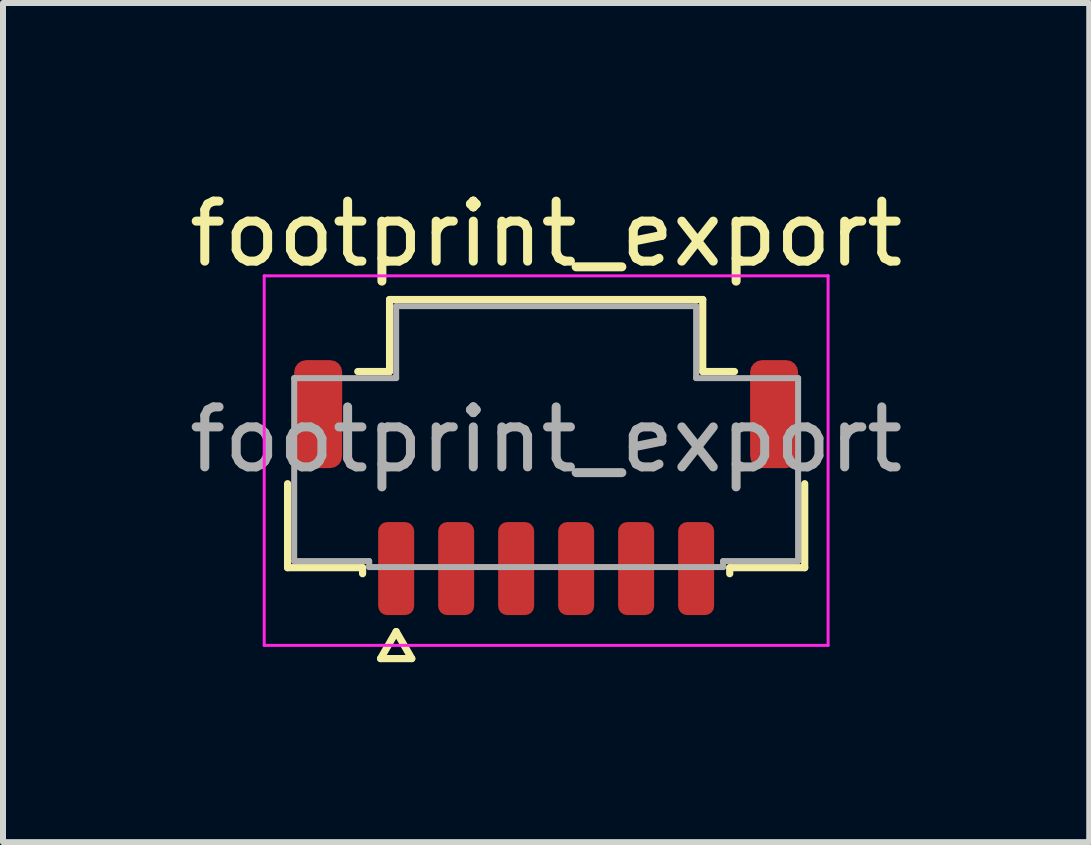
<source format=kicad_pcb>
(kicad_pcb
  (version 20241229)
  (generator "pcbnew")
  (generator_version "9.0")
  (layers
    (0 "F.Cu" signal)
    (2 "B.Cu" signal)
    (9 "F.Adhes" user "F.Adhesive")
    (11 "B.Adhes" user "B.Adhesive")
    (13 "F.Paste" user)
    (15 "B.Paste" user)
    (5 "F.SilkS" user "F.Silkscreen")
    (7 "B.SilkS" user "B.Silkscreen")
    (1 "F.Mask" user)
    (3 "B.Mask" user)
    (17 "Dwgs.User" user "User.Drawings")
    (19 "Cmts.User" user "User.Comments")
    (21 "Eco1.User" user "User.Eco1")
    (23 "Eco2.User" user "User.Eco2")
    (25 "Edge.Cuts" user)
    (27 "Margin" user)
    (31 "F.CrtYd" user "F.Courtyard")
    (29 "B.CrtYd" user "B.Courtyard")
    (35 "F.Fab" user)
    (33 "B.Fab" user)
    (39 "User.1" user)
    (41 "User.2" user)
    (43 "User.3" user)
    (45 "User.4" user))
  (footprint "footprint_export"
    (layer "F.Cu")
    (at 6.054 4.278)
    (property "Reference" "footprint_export" (at 0 -3.43 0) (layer "F.SilkS") (effects (font (size 1 1) (thickness 0.15))))
    (attr smd)
    (fp_line (start -4.31 2.135) (end -4.31 0.735) (stroke (width 0.12) (type solid)) (layer "F.SilkS"))
    (fp_line (start -3.14 -1.135) (end -2.61 -1.135) (stroke (width 0.12) (type solid)) (layer "F.SilkS"))
    (fp_line (start -3.06 2.135) (end -4.31 2.135) (stroke (width 0.12) (type solid)) (layer "F.SilkS"))
    (fp_line (start -3.06 2.235) (end -3.06 2.135) (stroke (width 0.12) (type solid)) (layer "F.SilkS"))
    (fp_line (start -2.76 3.65) (end -2.5 3.2) (stroke (width 0.12) (type solid)) (layer "F.SilkS"))
    (fp_line (start -2.61 -2.335) (end 2.61 -2.335) (stroke (width 0.12) (type solid)) (layer "F.SilkS"))
    (fp_line (start -2.61 -1.135) (end -2.61 -2.335) (stroke (width 0.12) (type solid)) (layer "F.SilkS"))
    (fp_line (start -2.5 3.2) (end -2.24 3.65) (stroke (width 0.12) (type solid)) (layer "F.SilkS"))
    (fp_line (start -2.24 3.65) (end -2.76 3.65) (stroke (width 0.12) (type solid)) (layer "F.SilkS"))
    (fp_line (start 2.61 -2.335) (end 2.61 -1.135) (stroke (width 0.12) (type solid)) (layer "F.SilkS"))
    (fp_line (start 2.61 -1.135) (end 3.14 -1.135) (stroke (width 0.12) (type solid)) (layer "F.SilkS"))
    (fp_line (start 3.06 2.135) (end 3.06 2.235) (stroke (width 0.12) (type solid)) (layer "F.SilkS"))
    (fp_line (start 4.31 0.735) (end 4.31 2.135) (stroke (width 0.12) (type solid)) (layer "F.SilkS"))
    (fp_line (start 4.31 2.135) (end 3.06 2.135) (stroke (width 0.12) (type solid)) (layer "F.SilkS"))
    (fp_line (start -4.7 -2.73) (end -4.7 3.43) (stroke (width 0.05) (type solid)) (layer "F.CrtYd"))
    (fp_line (start -4.7 3.43) (end 4.7 3.43) (stroke (width 0.05) (type solid)) (layer "F.CrtYd"))
    (fp_line (start 4.7 -2.73) (end -4.7 -2.73) (stroke (width 0.05) (type solid)) (layer "F.CrtYd"))
    (fp_line (start 4.7 3.43) (end 4.7 -2.73) (stroke (width 0.05) (type solid)) (layer "F.CrtYd"))
    (fp_line (start -4.2 -1.025) (end -2.5 -1.025) (stroke (width 0.1) (type solid)) (layer "F.Fab"))
    (fp_line (start -4.2 2.025) (end -4.2 -1.025) (stroke (width 0.1) (type solid)) (layer "F.Fab"))
    (fp_line (start -2.95 2.025) (end -4.2 2.025) (stroke (width 0.1) (type solid)) (layer "F.Fab"))
    (fp_line (start -2.95 2.125) (end -2.95 2.025) (stroke (width 0.1) (type solid)) (layer "F.Fab"))
    (fp_line (start -2.5 -2.225) (end 2.5 -2.225) (stroke (width 0.1) (type solid)) (layer "F.Fab"))
    (fp_line (start -2.5 -1.025) (end -2.5 -2.225) (stroke (width 0.1) (type solid)) (layer "F.Fab"))
    (fp_line (start 2.5 -2.225) (end 2.5 -1.025) (stroke (width 0.1) (type solid)) (layer "F.Fab"))
    (fp_line (start 2.5 -1.025) (end 4.2 -1.025) (stroke (width 0.1) (type solid)) (layer "F.Fab"))
    (fp_line (start 2.95 2.025) (end 2.95 2.125) (stroke (width 0.1) (type solid)) (layer "F.Fab"))
    (fp_line (start 2.95 2.125) (end -2.95 2.125) (stroke (width 0.1) (type solid)) (layer "F.Fab"))
    (fp_line (start 4.2 -1.025) (end 4.2 2.025) (stroke (width 0.1) (type solid)) (layer "F.Fab"))
    (fp_line (start 4.2 2.025) (end 2.95 2.025) (stroke (width 0.1) (type solid)) (layer "F.Fab"))
    (fp_text user "${REFERENCE}" (at 0 0 0) (layer "F.Fab") (effects (font (size 1 1) (thickness 0.15))))
    (pad "1" smd roundrect (at -2.5 2.15) (size 0.6 1.55) (layers "F.Cu" "F.Mask" "F.Paste") (roundrect_rratio 0.25))
    (pad "2" smd roundrect (at -1.5 2.15) (size 0.6 1.55) (layers "F.Cu" "F.Mask" "F.Paste") (roundrect_rratio 0.25))
    (pad "3" smd roundrect (at -0.5 2.15) (size 0.6 1.55) (layers "F.Cu" "F.Mask" "F.Paste") (roundrect_rratio 0.25))
    (pad "4" smd roundrect (at 0.5 2.15) (size 0.6 1.55) (layers "F.Cu" "F.Mask" "F.Paste") (roundrect_rratio 0.25))
    (pad "5" smd roundrect (at 1.5 2.15) (size 0.6 1.55) (layers "F.Cu" "F.Mask" "F.Paste") (roundrect_rratio 0.25))
    (pad "6" smd roundrect (at 2.5 2.15) (size 0.6 1.55) (layers "F.Cu" "F.Mask" "F.Paste") (roundrect_rratio 0.25))
    (pad "MP" smd roundrect (at -3.8 -0.425) (size 0.8 1.8) (layers "F.Cu" "F.Mask" "F.Paste") (roundrect_rratio 0.25))
    (pad "MP" smd roundrect (at 3.8 -0.425) (size 0.8 1.8) (layers "F.Cu" "F.Mask" "F.Paste") (roundrect_rratio 0.25)))
  (gr_rect
    (start -3 -3)
    (end 15.107 10.988)
    (stroke (width 0.1) (type default))
    (fill no)
    (layer "Edge.Cuts")))
</source>
